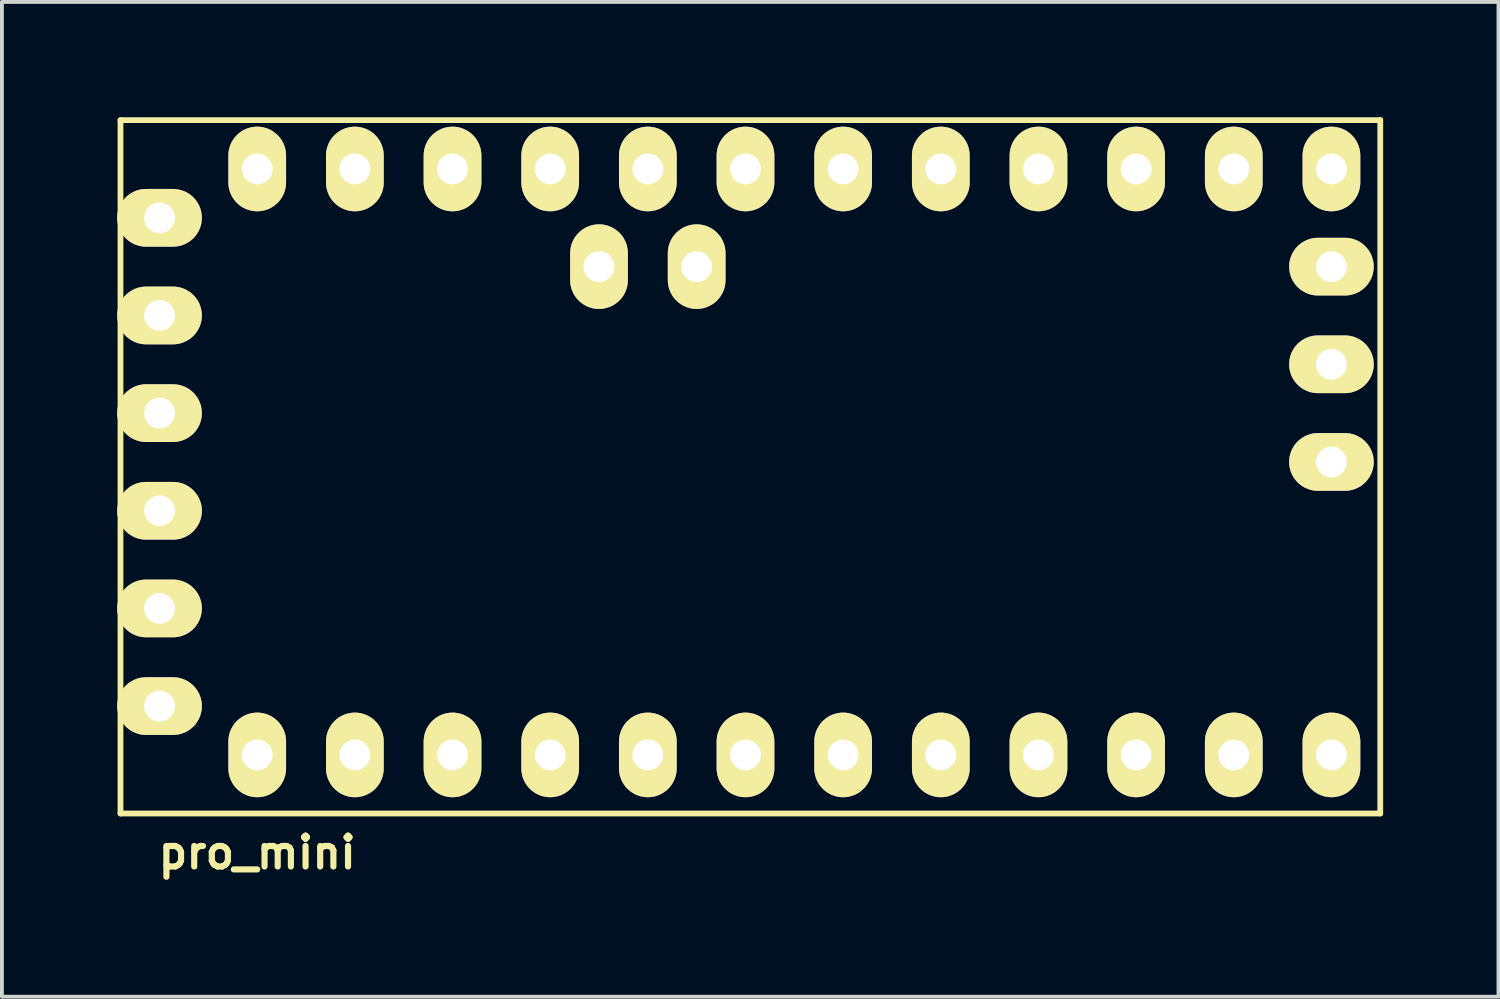
<source format=kicad_pcb>
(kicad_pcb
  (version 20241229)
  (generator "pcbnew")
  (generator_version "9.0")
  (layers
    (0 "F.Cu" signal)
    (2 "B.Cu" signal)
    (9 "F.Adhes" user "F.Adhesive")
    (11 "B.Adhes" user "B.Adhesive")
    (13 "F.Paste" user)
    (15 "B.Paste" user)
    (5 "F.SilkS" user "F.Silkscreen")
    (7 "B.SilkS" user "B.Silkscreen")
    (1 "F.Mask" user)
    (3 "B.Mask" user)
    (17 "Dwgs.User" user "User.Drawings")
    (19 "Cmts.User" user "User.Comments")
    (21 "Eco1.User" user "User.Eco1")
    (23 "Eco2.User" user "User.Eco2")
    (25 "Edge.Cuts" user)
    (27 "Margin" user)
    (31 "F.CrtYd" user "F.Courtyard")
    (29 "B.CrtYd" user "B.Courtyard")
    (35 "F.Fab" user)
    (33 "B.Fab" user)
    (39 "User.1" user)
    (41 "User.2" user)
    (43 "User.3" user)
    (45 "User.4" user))
  (footprint "pro_mini"
    (layer "F.Cu")
    (at 17.61 8.965)
    (property "Reference" "pro_mini" (at -13.97 10.16 0) (layer "F.SilkS") (effects (font (size 0.8 0.8) (thickness 0.16))))
    (attr through_hole)
    (fp_line (start -17.526 -8.89) (end -17.526 9.144) (stroke (width 0.15) (type solid)) (layer "F.SilkS"))
    (fp_line (start -17.526 -8.89) (end 15.24 -8.89) (stroke (width 0.15) (type solid)) (layer "F.SilkS"))
    (fp_line (start 15.24 9.144) (end -17.526 9.144) (stroke (width 0.15) (type solid)) (layer "F.SilkS"))
    (fp_line (start 15.24 9.144) (end 15.24 -8.89) (stroke (width 0.15) (type solid)) (layer "F.SilkS"))
    (pad "1" thru_hole oval (at -13.97 7.62) (size 1.501 2.2) (drill 0.8) (layers "*.Cu" "*.Mask" "F.SilkS"))
    (pad "2" thru_hole oval (at -11.43 7.62) (size 1.501 2.2) (drill 0.8) (layers "*.Cu" "*.Mask" "F.SilkS"))
    (pad "3" thru_hole oval (at -8.89 7.62) (size 1.501 2.2) (drill 0.8) (layers "*.Cu" "*.Mask" "F.SilkS"))
    (pad "4" thru_hole oval (at -6.35 7.62) (size 1.501 2.2) (drill 0.8) (layers "*.Cu" "*.Mask" "F.SilkS"))
    (pad "5" thru_hole oval (at -3.81 7.62) (size 1.501 2.2) (drill 0.8) (layers "*.Cu" "*.Mask" "F.SilkS"))
    (pad "6" thru_hole oval (at -1.27 7.62) (size 1.501 2.2) (drill 0.8) (layers "*.Cu" "*.Mask" "F.SilkS"))
    (pad "7" thru_hole oval (at 1.27 7.62) (size 1.501 2.2) (drill 0.8) (layers "*.Cu" "*.Mask" "F.SilkS"))
    (pad "8" thru_hole oval (at 3.81 7.62) (size 1.501 2.2) (drill 0.8) (layers "*.Cu" "*.Mask" "F.SilkS"))
    (pad "9" thru_hole oval (at 6.35 7.62) (size 1.501 2.2) (drill 0.8) (layers "*.Cu" "*.Mask" "F.SilkS"))
    (pad "10" thru_hole oval (at 8.89 7.62) (size 1.501 2.2) (drill 0.8) (layers "*.Cu" "*.Mask" "F.SilkS"))
    (pad "11" thru_hole oval (at 11.43 7.62) (size 1.501 2.2) (drill 0.8) (layers "*.Cu" "*.Mask" "F.SilkS"))
    (pad "12" thru_hole oval (at 13.97 7.62) (size 1.501 2.2) (drill 0.8) (layers "*.Cu" "*.Mask" "F.SilkS"))
    (pad "13" thru_hole oval (at 13.97 -7.62) (size 1.501 2.2) (drill 0.8) (layers "*.Cu" "*.Mask" "F.SilkS"))
    (pad "14" thru_hole oval (at 11.43 -7.62) (size 1.501 2.2) (drill 0.8) (layers "*.Cu" "*.Mask" "F.SilkS"))
    (pad "15" thru_hole oval (at 8.89 -7.62) (size 1.501 2.2) (drill 0.8) (layers "*.Cu" "*.Mask" "F.SilkS"))
    (pad "16" thru_hole oval (at 6.35 -7.62) (size 1.501 2.2) (drill 0.8) (layers "*.Cu" "*.Mask" "F.SilkS"))
    (pad "17" thru_hole oval (at 3.81 -7.62) (size 1.501 2.2) (drill 0.8) (layers "*.Cu" "*.Mask" "F.SilkS"))
    (pad "18" thru_hole oval (at 1.27 -7.62) (size 1.501 2.2) (drill 0.8) (layers "*.Cu" "*.Mask" "F.SilkS"))
    (pad "19" thru_hole oval (at -1.27 -7.62) (size 1.501 2.2) (drill 0.8) (layers "*.Cu" "*.Mask" "F.SilkS"))
    (pad "20" thru_hole oval (at -3.81 -7.62) (size 1.501 2.2) (drill 0.8) (layers "*.Cu" "*.Mask" "F.SilkS"))
    (pad "21" thru_hole oval (at -6.35 -7.62) (size 1.501 2.2) (drill 0.8) (layers "*.Cu" "*.Mask" "F.SilkS"))
    (pad "22" thru_hole oval (at -8.89 -7.62) (size 1.501 2.2) (drill 0.8) (layers "*.Cu" "*.Mask" "F.SilkS"))
    (pad "23" thru_hole oval (at -11.43 -7.62) (size 1.501 2.2) (drill 0.8) (layers "*.Cu" "*.Mask" "F.SilkS"))
    (pad "24" thru_hole oval (at -13.97 -7.62) (size 1.501 2.2) (drill 0.8) (layers "*.Cu" "*.Mask" "F.SilkS"))
    (pad "25" thru_hole oval (at -2.54 -5.08) (size 1.501 2.2) (drill 0.8) (layers "*.Cu" "*.Mask" "F.SilkS"))
    (pad "26" thru_hole oval (at -5.08 -5.08) (size 1.501 2.2) (drill 0.8) (layers "*.Cu" "*.Mask" "F.SilkS"))
    (pad "27" thru_hole oval (at 13.97 -5.08) (size 2.2 1.501) (drill 0.8) (layers "*.Cu" "*.Mask" "F.SilkS"))
    (pad "28" thru_hole oval (at 13.97 -2.54) (size 2.2 1.501) (drill 0.8) (layers "*.Cu" "*.Mask" "F.SilkS"))
    (pad "29" thru_hole oval (at 13.97 0) (size 2.2 1.501) (drill 0.8) (layers "*.Cu" "*.Mask" "F.SilkS"))
    (pad "30" thru_hole oval (at -16.51 -3.81 90) (size 1.501 2.2) (drill 0.8) (layers "*.Cu" "*.Mask" "F.SilkS"))
    (pad "31" thru_hole oval (at -16.51 -1.27 90) (size 1.501 2.2) (drill 0.8) (layers "*.Cu" "*.Mask" "F.SilkS"))
    (pad "32" thru_hole oval (at -16.51 1.27 90) (size 1.501 2.2) (drill 0.8) (layers "*.Cu" "*.Mask" "F.SilkS"))
    (pad "33" thru_hole oval (at -16.51 3.81 90) (size 1.501 2.2) (drill 0.8) (layers "*.Cu" "*.Mask" "F.SilkS"))
    (pad "34" thru_hole oval (at -16.51 6.35 90) (size 1.501 2.2) (drill 0.8) (layers "*.Cu" "*.Mask" "F.SilkS"))
    (pad "35" thru_hole oval (at -16.51 -6.35 90) (size 1.501 2.2) (drill 0.8) (layers "*.Cu" "*.Mask" "F.SilkS")))
  (gr_rect
    (start -3 -3)
    (end 35.925 22.874)
    (stroke (width 0.1) (type default))
    (fill no)
    (layer "Edge.Cuts")))
</source>
